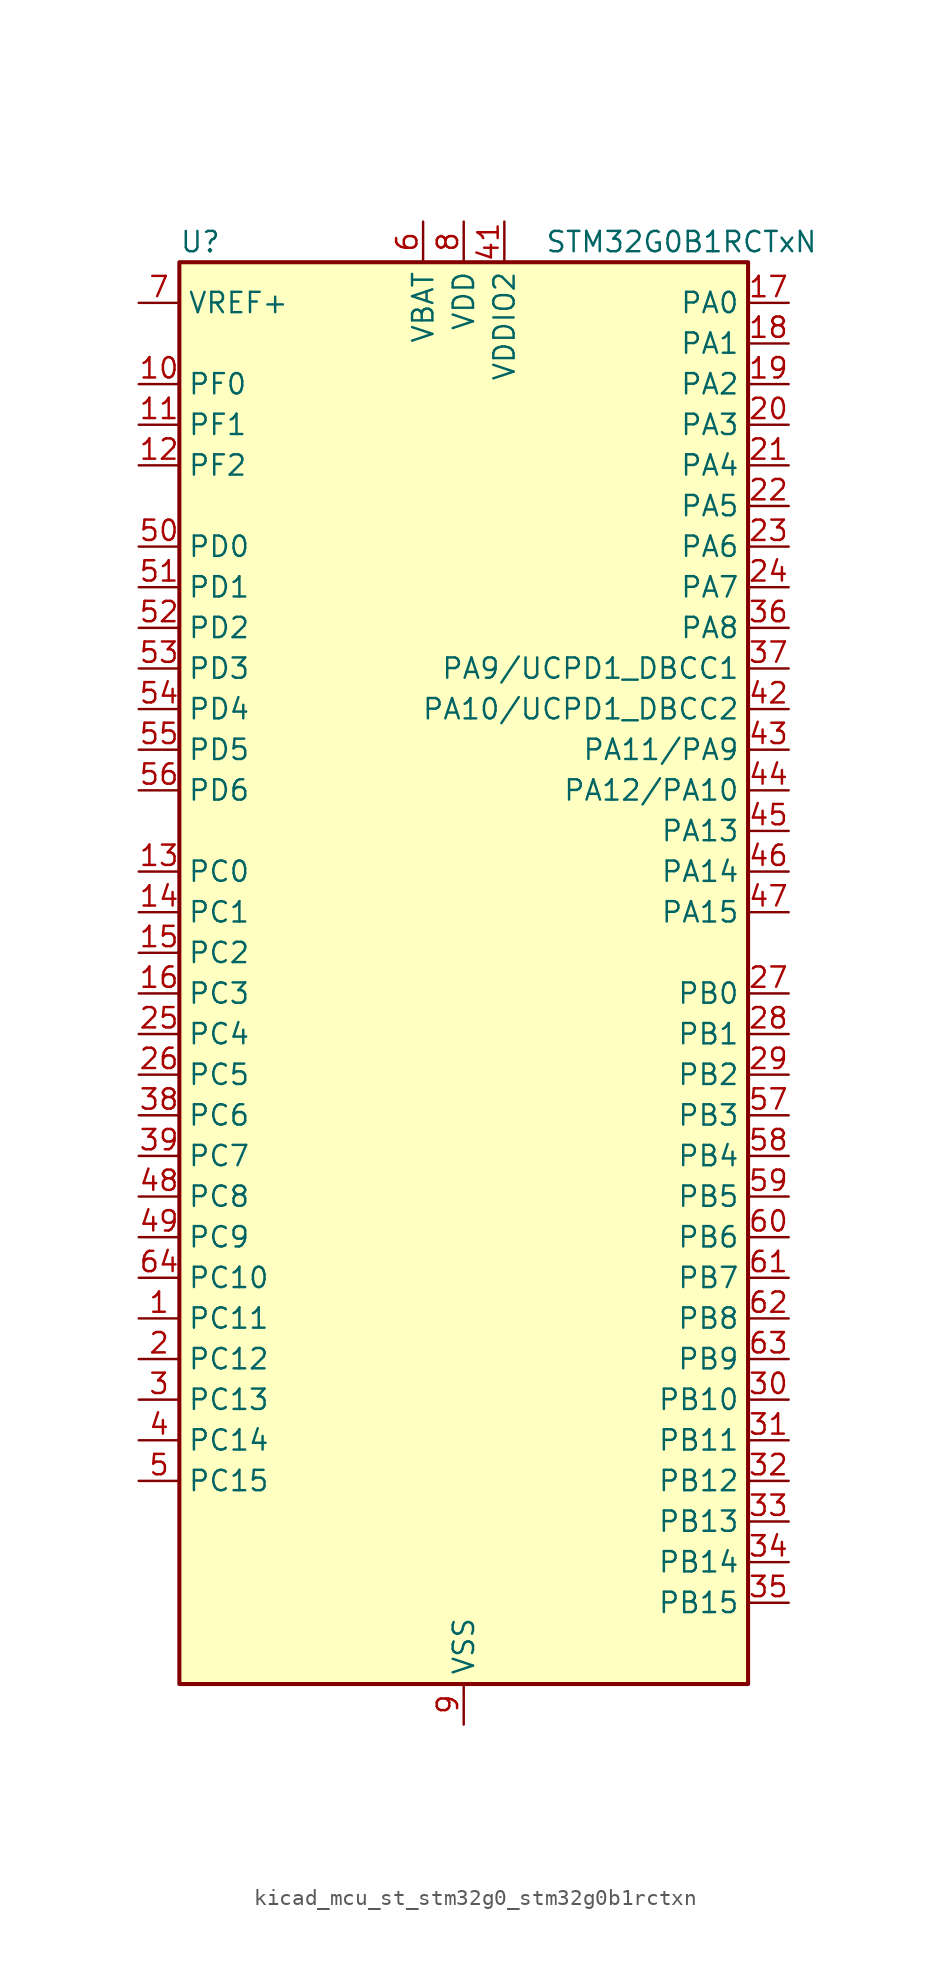
<source format=kicad_sym>
(kicad_symbol_lib
  (version 20220914)
  (generator kicad_symbol_editor)
  (symbol "kicad_mcu_st_stm32g0_stm32g0b1rctxn"
    (property "Reference" "U"
      (at -17.78 46.99 0)
      (effects (font (size 1.27 1.27)) (justify left)))
    (property "Value" "STM32G0B1RCTxN"
      (at 5.08 46.99 0)
      (effects (font (size 1.27 1.27)) (justify left)))
    (property "ki_locked" ""
      (at 0 0 0)
      (effects (font (size 1.27 1.27))))
    (symbol "kicad_mcu_st_stm32g0_stm32g0b1rctxn_0_1"
      (rectangle (start -17.78 -43.18) (end 17.78 45.72) (stroke (width 0.254) (type default)) (fill (type background))))
    (symbol "kicad_mcu_st_stm32g0_stm32g0b1rctxn_1_1"
      (pin bidirectional line (at -20.32 -20.32 0) (length 2.54) (name "PC11" (effects (font (size 1.27 1.27)))) (number "1" (effects (font (size 1.27 1.27)))) (alternate "ADC1_EXTI11" bidirectional line) (alternate "SPI3_MISO" bidirectional line) (alternate "TIM1_CH4" bidirectional line) (alternate "USART3_RX" bidirectional line) (alternate "USART4_RX" bidirectional line))
      (pin bidirectional line (at -20.32 38.1 0) (length 2.54) (name "PF0" (effects (font (size 1.27 1.27)))) (number "10" (effects (font (size 1.27 1.27)))) (alternate "CRS1_SYNC" bidirectional line) (alternate "RCC_OSC_IN" bidirectional line) (alternate "TIM14_CH1" bidirectional line))
      (pin bidirectional line (at -20.32 35.56 0) (length 2.54) (name "PF1" (effects (font (size 1.27 1.27)))) (number "11" (effects (font (size 1.27 1.27)))) (alternate "RCC_OSC_EN" bidirectional line) (alternate "RCC_OSC_OUT" bidirectional line) (alternate "TIM15_CH1N" bidirectional line))
      (pin bidirectional line (at -20.32 33.02 0) (length 2.54) (name "PF2" (effects (font (size 1.27 1.27)))) (number "12" (effects (font (size 1.27 1.27)))) (alternate "LPUART2_DE" bidirectional line) (alternate "LPUART2_RTS" bidirectional line) (alternate "LPUART2_TX" bidirectional line) (alternate "RCC_MCO" bidirectional line))
      (pin bidirectional line (at -20.32 7.62 0) (length 2.54) (name "PC0" (effects (font (size 1.27 1.27)))) (number "13" (effects (font (size 1.27 1.27)))) (alternate "COMP3_INM" bidirectional line) (alternate "COMP3_OUT" bidirectional line) (alternate "I2C3_SCL" bidirectional line) (alternate "LPTIM1_IN1" bidirectional line) (alternate "LPTIM2_IN1" bidirectional line) (alternate "LPUART1_RX" bidirectional line) (alternate "LPUART2_TX" bidirectional line) (alternate "USART6_TX" bidirectional line))
      (pin bidirectional line (at -20.32 5.08 0) (length 2.54) (name "PC1" (effects (font (size 1.27 1.27)))) (number "14" (effects (font (size 1.27 1.27)))) (alternate "COMP3_INP" bidirectional line) (alternate "I2C3_SDA" bidirectional line) (alternate "LPTIM1_OUT" bidirectional line) (alternate "LPUART1_TX" bidirectional line) (alternate "LPUART2_RX" bidirectional line) (alternate "TIM15_CH1" bidirectional line) (alternate "USART6_RX" bidirectional line))
      (pin bidirectional line (at -20.32 2.54 0) (length 2.54) (name "PC2" (effects (font (size 1.27 1.27)))) (number "15" (effects (font (size 1.27 1.27)))) (alternate "COMP3_OUT" bidirectional line) (alternate "FDCAN2_RX" bidirectional line) (alternate "I2S2_MCK" bidirectional line) (alternate "LPTIM1_IN2" bidirectional line) (alternate "SPI2_MISO" bidirectional line) (alternate "TIM15_CH2" bidirectional line))
      (pin bidirectional line (at -20.32 0 0) (length 2.54) (name "PC3" (effects (font (size 1.27 1.27)))) (number "16" (effects (font (size 1.27 1.27)))) (alternate "FDCAN2_TX" bidirectional line) (alternate "I2S2_SD" bidirectional line) (alternate "LPTIM1_ETR" bidirectional line) (alternate "LPTIM2_ETR" bidirectional line) (alternate "SPI2_MOSI" bidirectional line))
      (pin bidirectional line (at 20.32 43.18 180) (length 2.54) (name "PA0" (effects (font (size 1.27 1.27)))) (number "17" (effects (font (size 1.27 1.27)))) (alternate "ADC1_IN0" bidirectional line) (alternate "COMP1_INM" bidirectional line) (alternate "COMP1_OUT" bidirectional line) (alternate "I2S2_CK" bidirectional line) (alternate "LPTIM1_OUT" bidirectional line) (alternate "RTC_TAMP_IN2" bidirectional line) (alternate "SPI2_SCK" bidirectional line) (alternate "SYS_WKUP1" bidirectional line) (alternate "TIM2_CH1" bidirectional line) (alternate "TIM2_ETR" bidirectional line) (alternate "UCPD2_FRSTX1" bidirectional line) (alternate "UCPD2_FRSTX2" bidirectional line) (alternate "USART2_CTS" bidirectional line) (alternate "USART2_NSS" bidirectional line) (alternate "USART4_TX" bidirectional line))
      (pin bidirectional line (at 20.32 40.64 180) (length 2.54) (name "PA1" (effects (font (size 1.27 1.27)))) (number "18" (effects (font (size 1.27 1.27)))) (alternate "ADC1_IN1" bidirectional line) (alternate "COMP1_INP" bidirectional line) (alternate "I2C1_SMBA" bidirectional line) (alternate "I2S1_CK" bidirectional line) (alternate "SPI1_SCK" bidirectional line) (alternate "TIM15_CH1N" bidirectional line) (alternate "TIM2_CH2" bidirectional line) (alternate "USART2_CK" bidirectional line) (alternate "USART2_DE" bidirectional line) (alternate "USART2_RTS" bidirectional line) (alternate "USART4_RX" bidirectional line))
      (pin bidirectional line (at 20.32 38.1 180) (length 2.54) (name "PA2" (effects (font (size 1.27 1.27)))) (number "19" (effects (font (size 1.27 1.27)))) (alternate "ADC1_IN2" bidirectional line) (alternate "COMP2_INM" bidirectional line) (alternate "COMP2_OUT" bidirectional line) (alternate "I2S1_SD" bidirectional line) (alternate "LPUART1_TX" bidirectional line) (alternate "RCC_LSCO" bidirectional line) (alternate "SPI1_MOSI" bidirectional line) (alternate "SYS_WKUP4" bidirectional line) (alternate "TIM15_CH1" bidirectional line) (alternate "TIM2_CH3" bidirectional line) (alternate "UCPD1_FRSTX1" bidirectional line) (alternate "UCPD1_FRSTX2" bidirectional line) (alternate "USART2_TX" bidirectional line))
      (pin bidirectional line (at -20.32 -22.86 0) (length 2.54) (name "PC12" (effects (font (size 1.27 1.27)))) (number "2" (effects (font (size 1.27 1.27)))) (alternate "LPTIM1_IN1" bidirectional line) (alternate "SPI3_MOSI" bidirectional line) (alternate "TIM14_CH1" bidirectional line) (alternate "UCPD1_FRSTX1" bidirectional line) (alternate "UCPD1_FRSTX2" bidirectional line) (alternate "USART5_TX" bidirectional line))
      (pin bidirectional line (at 20.32 35.56 180) (length 2.54) (name "PA3" (effects (font (size 1.27 1.27)))) (number "20" (effects (font (size 1.27 1.27)))) (alternate "ADC1_IN3" bidirectional line) (alternate "COMP2_INP" bidirectional line) (alternate "I2S2_MCK" bidirectional line) (alternate "LPUART1_RX" bidirectional line) (alternate "SPI2_MISO" bidirectional line) (alternate "TIM15_CH2" bidirectional line) (alternate "TIM2_CH4" bidirectional line) (alternate "UCPD2_FRSTX1" bidirectional line) (alternate "UCPD2_FRSTX2" bidirectional line) (alternate "USART2_RX" bidirectional line))
      (pin bidirectional line (at 20.32 33.02 180) (length 2.54) (name "PA4" (effects (font (size 1.27 1.27)))) (number "21" (effects (font (size 1.27 1.27)))) (alternate "ADC1_IN4" bidirectional line) (alternate "DAC1_OUT1" bidirectional line) (alternate "I2S1_WS" bidirectional line) (alternate "I2S2_SD" bidirectional line) (alternate "LPTIM2_OUT" bidirectional line) (alternate "RTC_OUT2" bidirectional line) (alternate "SPI1_NSS" bidirectional line) (alternate "SPI2_MOSI" bidirectional line) (alternate "SPI3_NSS" bidirectional line) (alternate "TIM14_CH1" bidirectional line) (alternate "UCPD2_FRSTX1" bidirectional line) (alternate "UCPD2_FRSTX2" bidirectional line) (alternate "USART6_TX" bidirectional line) (alternate "USB_NOE" bidirectional line))
      (pin bidirectional line (at 20.32 30.48 180) (length 2.54) (name "PA5" (effects (font (size 1.27 1.27)))) (number "22" (effects (font (size 1.27 1.27)))) (alternate "ADC1_IN5" bidirectional line) (alternate "CEC" bidirectional line) (alternate "DAC1_OUT2" bidirectional line) (alternate "I2S1_CK" bidirectional line) (alternate "LPTIM2_ETR" bidirectional line) (alternate "SPI1_SCK" bidirectional line) (alternate "TIM2_CH1" bidirectional line) (alternate "TIM2_ETR" bidirectional line) (alternate "UCPD1_FRSTX1" bidirectional line) (alternate "UCPD1_FRSTX2" bidirectional line) (alternate "USART3_TX" bidirectional line) (alternate "USART6_RX" bidirectional line))
      (pin bidirectional line (at 20.32 27.94 180) (length 2.54) (name "PA6" (effects (font (size 1.27 1.27)))) (number "23" (effects (font (size 1.27 1.27)))) (alternate "ADC1_IN6" bidirectional line) (alternate "COMP1_OUT" bidirectional line) (alternate "I2C2_SDA" bidirectional line) (alternate "I2C3_SDA" bidirectional line) (alternate "I2S1_MCK" bidirectional line) (alternate "LPUART1_CTS" bidirectional line) (alternate "SPI1_MISO" bidirectional line) (alternate "TIM16_CH1" bidirectional line) (alternate "TIM1_BK" bidirectional line) (alternate "TIM3_CH1" bidirectional line) (alternate "USART3_CTS" bidirectional line) (alternate "USART3_NSS" bidirectional line) (alternate "USART6_CTS" bidirectional line) (alternate "USART6_NSS" bidirectional line))
      (pin bidirectional line (at 20.32 25.4 180) (length 2.54) (name "PA7" (effects (font (size 1.27 1.27)))) (number "24" (effects (font (size 1.27 1.27)))) (alternate "ADC1_IN7" bidirectional line) (alternate "COMP2_OUT" bidirectional line) (alternate "I2C2_SCL" bidirectional line) (alternate "I2C3_SCL" bidirectional line) (alternate "I2S1_SD" bidirectional line) (alternate "SPI1_MOSI" bidirectional line) (alternate "TIM14_CH1" bidirectional line) (alternate "TIM17_CH1" bidirectional line) (alternate "TIM1_CH1N" bidirectional line) (alternate "TIM3_CH2" bidirectional line) (alternate "UCPD1_FRSTX1" bidirectional line) (alternate "UCPD1_FRSTX2" bidirectional line) (alternate "USART6_CK" bidirectional line) (alternate "USART6_DE" bidirectional line) (alternate "USART6_RTS" bidirectional line))
      (pin bidirectional line (at -20.32 -2.54 0) (length 2.54) (name "PC4" (effects (font (size 1.27 1.27)))) (number "25" (effects (font (size 1.27 1.27)))) (alternate "ADC1_IN17" bidirectional line) (alternate "COMP1_INM" bidirectional line) (alternate "FDCAN1_RX" bidirectional line) (alternate "TIM2_CH1" bidirectional line) (alternate "TIM2_ETR" bidirectional line) (alternate "USART1_TX" bidirectional line) (alternate "USART3_TX" bidirectional line))
      (pin bidirectional line (at -20.32 -5.08 0) (length 2.54) (name "PC5" (effects (font (size 1.27 1.27)))) (number "26" (effects (font (size 1.27 1.27)))) (alternate "ADC1_IN18" bidirectional line) (alternate "COMP1_INP" bidirectional line) (alternate "FDCAN1_TX" bidirectional line) (alternate "SYS_WKUP5" bidirectional line) (alternate "TIM2_CH2" bidirectional line) (alternate "USART1_RX" bidirectional line) (alternate "USART3_RX" bidirectional line))
      (pin bidirectional line (at 20.32 0 180) (length 2.54) (name "PB0" (effects (font (size 1.27 1.27)))) (number "27" (effects (font (size 1.27 1.27)))) (alternate "ADC1_IN8" bidirectional line) (alternate "COMP1_OUT" bidirectional line) (alternate "COMP3_INP" bidirectional line) (alternate "FDCAN2_RX" bidirectional line) (alternate "I2S1_WS" bidirectional line) (alternate "LPTIM1_OUT" bidirectional line) (alternate "LPUART2_CTS" bidirectional line) (alternate "SPI1_NSS" bidirectional line) (alternate "TIM1_CH2N" bidirectional line) (alternate "TIM3_CH3" bidirectional line) (alternate "UCPD1_FRSTX1" bidirectional line) (alternate "UCPD1_FRSTX2" bidirectional line) (alternate "USART3_RX" bidirectional line) (alternate "USART5_TX" bidirectional line))
      (pin bidirectional line (at 20.32 -2.54 180) (length 2.54) (name "PB1" (effects (font (size 1.27 1.27)))) (number "28" (effects (font (size 1.27 1.27)))) (alternate "ADC1_IN9" bidirectional line) (alternate "COMP1_INM" bidirectional line) (alternate "COMP3_OUT" bidirectional line) (alternate "FDCAN2_TX" bidirectional line) (alternate "LPTIM2_IN1" bidirectional line) (alternate "LPUART1_DE" bidirectional line) (alternate "LPUART1_RTS" bidirectional line) (alternate "LPUART2_DE" bidirectional line) (alternate "LPUART2_RTS" bidirectional line) (alternate "TIM14_CH1" bidirectional line) (alternate "TIM1_CH3N" bidirectional line) (alternate "TIM3_CH4" bidirectional line) (alternate "USART3_CK" bidirectional line) (alternate "USART3_DE" bidirectional line) (alternate "USART3_RTS" bidirectional line) (alternate "USART5_RX" bidirectional line))
      (pin bidirectional line (at 20.32 -5.08 180) (length 2.54) (name "PB2" (effects (font (size 1.27 1.27)))) (number "29" (effects (font (size 1.27 1.27)))) (alternate "ADC1_IN10" bidirectional line) (alternate "COMP1_INP" bidirectional line) (alternate "COMP3_INM" bidirectional line) (alternate "I2S2_MCK" bidirectional line) (alternate "LPTIM1_OUT" bidirectional line) (alternate "RCC_MCO_2" bidirectional line) (alternate "SPI2_MISO" bidirectional line) (alternate "USART3_TX" bidirectional line))
      (pin bidirectional line (at -20.32 -25.4 0) (length 2.54) (name "PC13" (effects (font (size 1.27 1.27)))) (number "3" (effects (font (size 1.27 1.27)))) (alternate "RTC_OUT1" bidirectional line) (alternate "RTC_TAMP_IN1" bidirectional line) (alternate "RTC_TS" bidirectional line) (alternate "SYS_WKUP2" bidirectional line) (alternate "TIM1_BK" bidirectional line))
      (pin bidirectional line (at 20.32 -25.4 180) (length 2.54) (name "PB10" (effects (font (size 1.27 1.27)))) (number "30" (effects (font (size 1.27 1.27)))) (alternate "ADC1_IN11" bidirectional line) (alternate "CEC" bidirectional line) (alternate "COMP1_OUT" bidirectional line) (alternate "I2C2_SCL" bidirectional line) (alternate "I2S2_CK" bidirectional line) (alternate "LPUART1_RX" bidirectional line) (alternate "SPI2_SCK" bidirectional line) (alternate "TIM2_CH3" bidirectional line) (alternate "USART3_TX" bidirectional line))
      (pin bidirectional line (at 20.32 -27.94 180) (length 2.54) (name "PB11" (effects (font (size 1.27 1.27)))) (number "31" (effects (font (size 1.27 1.27)))) (alternate "ADC1_EXTI11" bidirectional line) (alternate "ADC1_IN15" bidirectional line) (alternate "COMP2_OUT" bidirectional line) (alternate "I2C2_SDA" bidirectional line) (alternate "I2S2_SD" bidirectional line) (alternate "LPUART1_TX" bidirectional line) (alternate "SPI2_MOSI" bidirectional line) (alternate "TIM2_CH4" bidirectional line) (alternate "USART3_RX" bidirectional line))
      (pin bidirectional line (at 20.32 -30.48 180) (length 2.54) (name "PB12" (effects (font (size 1.27 1.27)))) (number "32" (effects (font (size 1.27 1.27)))) (alternate "ADC1_IN16" bidirectional line) (alternate "FDCAN2_RX" bidirectional line) (alternate "I2C2_SMBA" bidirectional line) (alternate "I2S2_WS" bidirectional line) (alternate "LPUART1_DE" bidirectional line) (alternate "LPUART1_RTS" bidirectional line) (alternate "SPI2_NSS" bidirectional line) (alternate "TIM15_BK" bidirectional line) (alternate "TIM1_BK" bidirectional line) (alternate "UCPD2_FRSTX1" bidirectional line) (alternate "UCPD2_FRSTX2" bidirectional line))
      (pin bidirectional line (at 20.32 -33.02 180) (length 2.54) (name "PB13" (effects (font (size 1.27 1.27)))) (number "33" (effects (font (size 1.27 1.27)))) (alternate "FDCAN2_TX" bidirectional line) (alternate "I2C2_SCL" bidirectional line) (alternate "I2S2_CK" bidirectional line) (alternate "LPUART1_CTS" bidirectional line) (alternate "SPI2_SCK" bidirectional line) (alternate "TIM15_CH1N" bidirectional line) (alternate "TIM1_CH1N" bidirectional line) (alternate "USART3_CTS" bidirectional line) (alternate "USART3_NSS" bidirectional line))
      (pin bidirectional line (at 20.32 -35.56 180) (length 2.54) (name "PB14" (effects (font (size 1.27 1.27)))) (number "34" (effects (font (size 1.27 1.27)))) (alternate "I2C2_SDA" bidirectional line) (alternate "I2S2_MCK" bidirectional line) (alternate "SPI2_MISO" bidirectional line) (alternate "TIM15_CH1" bidirectional line) (alternate "TIM1_CH2N" bidirectional line) (alternate "UCPD1_FRSTX1" bidirectional line) (alternate "UCPD1_FRSTX2" bidirectional line) (alternate "USART3_CK" bidirectional line) (alternate "USART3_DE" bidirectional line) (alternate "USART3_RTS" bidirectional line) (alternate "USART6_CK" bidirectional line) (alternate "USART6_DE" bidirectional line) (alternate "USART6_RTS" bidirectional line))
      (pin bidirectional line (at 20.32 -38.1 180) (length 2.54) (name "PB15" (effects (font (size 1.27 1.27)))) (number "35" (effects (font (size 1.27 1.27)))) (alternate "I2S2_SD" bidirectional line) (alternate "RTC_REFIN" bidirectional line) (alternate "SPI2_MOSI" bidirectional line) (alternate "TIM15_CH1N" bidirectional line) (alternate "TIM15_CH2" bidirectional line) (alternate "TIM1_CH3N" bidirectional line) (alternate "UCPD1_CC2" bidirectional line) (alternate "USART6_CTS" bidirectional line) (alternate "USART6_NSS" bidirectional line))
      (pin bidirectional line (at 20.32 22.86 180) (length 2.54) (name "PA8" (effects (font (size 1.27 1.27)))) (number "36" (effects (font (size 1.27 1.27)))) (alternate "CRS1_SYNC" bidirectional line) (alternate "I2C2_SMBA" bidirectional line) (alternate "I2S2_WS" bidirectional line) (alternate "LPTIM2_OUT" bidirectional line) (alternate "RCC_MCO" bidirectional line) (alternate "SPI2_NSS" bidirectional line) (alternate "TIM1_CH1" bidirectional line) (alternate "UCPD1_CC1" bidirectional line))
      (pin bidirectional line (at 20.32 20.32 180) (length 2.54) (name "PA9/UCPD1_DBCC1" (effects (font (size 1.27 1.27)))) (number "37" (effects (font (size 1.27 1.27)))) (alternate "DAC1_EXTI9" bidirectional line) (alternate "I2C1_SCL" bidirectional line) (alternate "I2C2_SCL" bidirectional line) (alternate "I2S2_MCK" bidirectional line) (alternate "RCC_MCO" bidirectional line) (alternate "SPI2_MISO" bidirectional line) (alternate "TIM15_BK" bidirectional line) (alternate "TIM1_CH2" bidirectional line) (alternate "UCPD1_DBCC1" bidirectional line) (alternate "USART1_TX" bidirectional line))
      (pin bidirectional line (at -20.32 -7.62 0) (length 2.54) (name "PC6" (effects (font (size 1.27 1.27)))) (number "38" (effects (font (size 1.27 1.27)))) (alternate "LPUART2_TX" bidirectional line) (alternate "TIM2_CH3" bidirectional line) (alternate "TIM3_CH1" bidirectional line) (alternate "UCPD1_FRSTX1" bidirectional line) (alternate "UCPD1_FRSTX2" bidirectional line))
      (pin bidirectional line (at -20.32 -10.16 0) (length 2.54) (name "PC7" (effects (font (size 1.27 1.27)))) (number "39" (effects (font (size 1.27 1.27)))) (alternate "LPUART2_RX" bidirectional line) (alternate "TIM2_CH4" bidirectional line) (alternate "TIM3_CH2" bidirectional line) (alternate "UCPD2_FRSTX1" bidirectional line) (alternate "UCPD2_FRSTX2" bidirectional line))
      (pin bidirectional line (at -20.32 -27.94 0) (length 2.54) (name "PC14" (effects (font (size 1.27 1.27)))) (number "4" (effects (font (size 1.27 1.27)))) (alternate "RCC_OSC32_IN" bidirectional line) (alternate "TIM1_BK2" bidirectional line))
      (pin passive line (at 0 -45.72 90) (length 2.54) hide (name "VSS" (effects (font (size 1.27 1.27)))) (number "40" (effects (font (size 1.27 1.27)))))
      (pin power_in line (at 2.54 48.26 270) (length 2.54) (name "VDDIO2" (effects (font (size 1.27 1.27)))) (number "41" (effects (font (size 1.27 1.27)))))
      (pin bidirectional line (at 20.32 17.78 180) (length 2.54) (name "PA10/UCPD1_DBCC2" (effects (font (size 1.27 1.27)))) (number "42" (effects (font (size 1.27 1.27)))) (alternate "I2C1_SDA" bidirectional line) (alternate "I2C2_SDA" bidirectional line) (alternate "I2S2_SD" bidirectional line) (alternate "RCC_MCO_2" bidirectional line) (alternate "SPI2_MOSI" bidirectional line) (alternate "TIM17_BK" bidirectional line) (alternate "TIM1_CH3" bidirectional line) (alternate "UCPD1_DBCC2" bidirectional line) (alternate "USART1_RX" bidirectional line))
      (pin bidirectional line (at 20.32 15.24 180) (length 2.54) (name "PA11/PA9" (effects (font (size 1.27 1.27)))) (number "43" (effects (font (size 1.27 1.27)))) (alternate "ADC1_EXTI11" bidirectional line) (alternate "COMP1_OUT" bidirectional line) (alternate "FDCAN1_RX" bidirectional line) (alternate "I2C2_SCL" bidirectional line) (alternate "I2S1_MCK" bidirectional line) (alternate "SPI1_MISO" bidirectional line) (alternate "TIM1_BK2" bidirectional line) (alternate "TIM1_CH4" bidirectional line) (alternate "USART1_CTS" bidirectional line) (alternate "USART1_NSS" bidirectional line) (alternate "USB_DM" bidirectional line))
      (pin bidirectional line (at 20.32 12.7 180) (length 2.54) (name "PA12/PA10" (effects (font (size 1.27 1.27)))) (number "44" (effects (font (size 1.27 1.27)))) (alternate "COMP2_OUT" bidirectional line) (alternate "FDCAN1_TX" bidirectional line) (alternate "I2C2_SDA" bidirectional line) (alternate "I2S1_SD" bidirectional line) (alternate "I2S_CKIN" bidirectional line) (alternate "SPI1_MOSI" bidirectional line) (alternate "TIM1_ETR" bidirectional line) (alternate "USART1_CK" bidirectional line) (alternate "USART1_DE" bidirectional line) (alternate "USART1_RTS" bidirectional line) (alternate "USB_DP" bidirectional line))
      (pin bidirectional line (at 20.32 10.16 180) (length 2.54) (name "PA13" (effects (font (size 1.27 1.27)))) (number "45" (effects (font (size 1.27 1.27)))) (alternate "IR_OUT" bidirectional line) (alternate "LPUART2_RX" bidirectional line) (alternate "SYS_SWDIO" bidirectional line) (alternate "USB_NOE" bidirectional line))
      (pin bidirectional line (at 20.32 7.62 180) (length 2.54) (name "PA14" (effects (font (size 1.27 1.27)))) (number "46" (effects (font (size 1.27 1.27)))) (alternate "LPUART2_TX" bidirectional line) (alternate "SYS_SWCLK" bidirectional line) (alternate "USART2_TX" bidirectional line))
      (pin bidirectional line (at 20.32 5.08 180) (length 2.54) (name "PA15" (effects (font (size 1.27 1.27)))) (number "47" (effects (font (size 1.27 1.27)))) (alternate "I2C2_SMBA" bidirectional line) (alternate "I2S1_WS" bidirectional line) (alternate "RCC_MCO_2" bidirectional line) (alternate "SPI1_NSS" bidirectional line) (alternate "SPI3_NSS" bidirectional line) (alternate "TIM2_CH1" bidirectional line) (alternate "TIM2_ETR" bidirectional line) (alternate "USART2_RX" bidirectional line) (alternate "USART3_CK" bidirectional line) (alternate "USART3_DE" bidirectional line) (alternate "USART3_RTS" bidirectional line) (alternate "USART4_CK" bidirectional line) (alternate "USART4_DE" bidirectional line) (alternate "USART4_RTS" bidirectional line) (alternate "USB_NOE" bidirectional line))
      (pin bidirectional line (at -20.32 -12.7 0) (length 2.54) (name "PC8" (effects (font (size 1.27 1.27)))) (number "48" (effects (font (size 1.27 1.27)))) (alternate "LPUART2_CTS" bidirectional line) (alternate "TIM1_CH1" bidirectional line) (alternate "TIM3_CH3" bidirectional line) (alternate "UCPD2_FRSTX1" bidirectional line) (alternate "UCPD2_FRSTX2" bidirectional line))
      (pin bidirectional line (at -20.32 -15.24 0) (length 2.54) (name "PC9" (effects (font (size 1.27 1.27)))) (number "49" (effects (font (size 1.27 1.27)))) (alternate "DAC1_EXTI9" bidirectional line) (alternate "I2S_CKIN" bidirectional line) (alternate "LPUART2_DE" bidirectional line) (alternate "LPUART2_RTS" bidirectional line) (alternate "TIM1_CH2" bidirectional line) (alternate "TIM3_CH4" bidirectional line) (alternate "USB_NOE" bidirectional line))
      (pin bidirectional line (at -20.32 -30.48 0) (length 2.54) (name "PC15" (effects (font (size 1.27 1.27)))) (number "5" (effects (font (size 1.27 1.27)))) (alternate "RCC_OSC32_EN" bidirectional line) (alternate "RCC_OSC32_OUT" bidirectional line) (alternate "RCC_OSC_EN" bidirectional line) (alternate "TIM15_BK" bidirectional line))
      (pin bidirectional line (at -20.32 27.94 0) (length 2.54) (name "PD0" (effects (font (size 1.27 1.27)))) (number "50" (effects (font (size 1.27 1.27)))) (alternate "FDCAN1_RX" bidirectional line) (alternate "I2S2_WS" bidirectional line) (alternate "SPI2_NSS" bidirectional line) (alternate "TIM16_CH1" bidirectional line) (alternate "UCPD2_CC1" bidirectional line))
      (pin bidirectional line (at -20.32 25.4 0) (length 2.54) (name "PD1" (effects (font (size 1.27 1.27)))) (number "51" (effects (font (size 1.27 1.27)))) (alternate "FDCAN1_TX" bidirectional line) (alternate "I2S2_CK" bidirectional line) (alternate "SPI2_SCK" bidirectional line) (alternate "TIM17_CH1" bidirectional line) (alternate "UCPD2_DBCC1" bidirectional line))
      (pin bidirectional line (at -20.32 22.86 0) (length 2.54) (name "PD2" (effects (font (size 1.27 1.27)))) (number "52" (effects (font (size 1.27 1.27)))) (alternate "TIM1_CH1N" bidirectional line) (alternate "TIM3_ETR" bidirectional line) (alternate "UCPD2_CC2" bidirectional line) (alternate "USART3_CK" bidirectional line) (alternate "USART3_DE" bidirectional line) (alternate "USART3_RTS" bidirectional line) (alternate "USART5_RX" bidirectional line))
      (pin bidirectional line (at -20.32 20.32 0) (length 2.54) (name "PD3" (effects (font (size 1.27 1.27)))) (number "53" (effects (font (size 1.27 1.27)))) (alternate "I2S2_MCK" bidirectional line) (alternate "SPI2_MISO" bidirectional line) (alternate "TIM1_CH2N" bidirectional line) (alternate "UCPD2_DBCC2" bidirectional line) (alternate "USART2_CTS" bidirectional line) (alternate "USART2_NSS" bidirectional line) (alternate "USART5_TX" bidirectional line))
      (pin bidirectional line (at -20.32 17.78 0) (length 2.54) (name "PD4" (effects (font (size 1.27 1.27)))) (number "54" (effects (font (size 1.27 1.27)))) (alternate "I2S2_SD" bidirectional line) (alternate "SPI2_MOSI" bidirectional line) (alternate "TIM1_CH3N" bidirectional line) (alternate "USART2_CK" bidirectional line) (alternate "USART2_DE" bidirectional line) (alternate "USART2_RTS" bidirectional line) (alternate "USART5_CK" bidirectional line) (alternate "USART5_DE" bidirectional line) (alternate "USART5_RTS" bidirectional line))
      (pin bidirectional line (at -20.32 15.24 0) (length 2.54) (name "PD5" (effects (font (size 1.27 1.27)))) (number "55" (effects (font (size 1.27 1.27)))) (alternate "I2S1_MCK" bidirectional line) (alternate "SPI1_MISO" bidirectional line) (alternate "TIM1_BK" bidirectional line) (alternate "USART2_TX" bidirectional line) (alternate "USART5_CTS" bidirectional line) (alternate "USART5_NSS" bidirectional line))
      (pin bidirectional line (at -20.32 12.7 0) (length 2.54) (name "PD6" (effects (font (size 1.27 1.27)))) (number "56" (effects (font (size 1.27 1.27)))) (alternate "I2S1_SD" bidirectional line) (alternate "LPTIM2_OUT" bidirectional line) (alternate "SPI1_MOSI" bidirectional line) (alternate "USART2_RX" bidirectional line))
      (pin bidirectional line (at 20.32 -7.62 180) (length 2.54) (name "PB3" (effects (font (size 1.27 1.27)))) (number "57" (effects (font (size 1.27 1.27)))) (alternate "COMP2_INM" bidirectional line) (alternate "I2C2_SCL" bidirectional line) (alternate "I2C3_SCL" bidirectional line) (alternate "I2S1_CK" bidirectional line) (alternate "SPI1_SCK" bidirectional line) (alternate "SPI3_SCK" bidirectional line) (alternate "TIM1_CH2" bidirectional line) (alternate "TIM2_CH2" bidirectional line) (alternate "USART1_CK" bidirectional line) (alternate "USART1_DE" bidirectional line) (alternate "USART1_RTS" bidirectional line) (alternate "USART5_TX" bidirectional line))
      (pin bidirectional line (at 20.32 -10.16 180) (length 2.54) (name "PB4" (effects (font (size 1.27 1.27)))) (number "58" (effects (font (size 1.27 1.27)))) (alternate "COMP2_INP" bidirectional line) (alternate "I2C2_SDA" bidirectional line) (alternate "I2C3_SDA" bidirectional line) (alternate "I2S1_MCK" bidirectional line) (alternate "SPI1_MISO" bidirectional line) (alternate "SPI3_MISO" bidirectional line) (alternate "TIM17_BK" bidirectional line) (alternate "TIM3_CH1" bidirectional line) (alternate "USART1_CTS" bidirectional line) (alternate "USART1_NSS" bidirectional line) (alternate "USART5_RX" bidirectional line))
      (pin bidirectional line (at 20.32 -12.7 180) (length 2.54) (name "PB5" (effects (font (size 1.27 1.27)))) (number "59" (effects (font (size 1.27 1.27)))) (alternate "COMP2_OUT" bidirectional line) (alternate "FDCAN2_RX" bidirectional line) (alternate "I2C1_SMBA" bidirectional line) (alternate "I2S1_SD" bidirectional line) (alternate "LPTIM1_IN1" bidirectional line) (alternate "SPI1_MOSI" bidirectional line) (alternate "SPI3_MOSI" bidirectional line) (alternate "SYS_WKUP6" bidirectional line) (alternate "TIM16_BK" bidirectional line) (alternate "TIM3_CH2" bidirectional line) (alternate "USART5_CK" bidirectional line) (alternate "USART5_DE" bidirectional line) (alternate "USART5_RTS" bidirectional line))
      (pin power_in line (at -2.54 48.26 270) (length 2.54) (name "VBAT" (effects (font (size 1.27 1.27)))) (number "6" (effects (font (size 1.27 1.27)))))
      (pin bidirectional line (at 20.32 -15.24 180) (length 2.54) (name "PB6" (effects (font (size 1.27 1.27)))) (number "60" (effects (font (size 1.27 1.27)))) (alternate "COMP2_INP" bidirectional line) (alternate "FDCAN2_TX" bidirectional line) (alternate "I2C1_SCL" bidirectional line) (alternate "I2S2_MCK" bidirectional line) (alternate "LPTIM1_ETR" bidirectional line) (alternate "LPUART2_TX" bidirectional line) (alternate "SPI2_MISO" bidirectional line) (alternate "TIM16_CH1N" bidirectional line) (alternate "TIM1_CH3" bidirectional line) (alternate "TIM4_CH1" bidirectional line) (alternate "USART1_TX" bidirectional line) (alternate "USART5_CTS" bidirectional line) (alternate "USART5_NSS" bidirectional line))
      (pin bidirectional line (at 20.32 -17.78 180) (length 2.54) (name "PB7" (effects (font (size 1.27 1.27)))) (number "61" (effects (font (size 1.27 1.27)))) (alternate "COMP2_INM" bidirectional line) (alternate "I2C1_SDA" bidirectional line) (alternate "I2S2_SD" bidirectional line) (alternate "LPTIM1_IN2" bidirectional line) (alternate "LPUART2_RX" bidirectional line) (alternate "SPI2_MOSI" bidirectional line) (alternate "SYS_PVD_IN" bidirectional line) (alternate "TIM17_CH1N" bidirectional line) (alternate "TIM4_CH2" bidirectional line) (alternate "USART1_RX" bidirectional line) (alternate "USART4_CTS" bidirectional line) (alternate "USART4_NSS" bidirectional line))
      (pin bidirectional line (at 20.32 -20.32 180) (length 2.54) (name "PB8" (effects (font (size 1.27 1.27)))) (number "62" (effects (font (size 1.27 1.27)))) (alternate "CEC" bidirectional line) (alternate "FDCAN1_RX" bidirectional line) (alternate "I2C1_SCL" bidirectional line) (alternate "I2S2_CK" bidirectional line) (alternate "SPI2_SCK" bidirectional line) (alternate "TIM15_BK" bidirectional line) (alternate "TIM16_CH1" bidirectional line) (alternate "TIM4_CH3" bidirectional line) (alternate "USART3_TX" bidirectional line) (alternate "USART6_TX" bidirectional line))
      (pin bidirectional line (at 20.32 -22.86 180) (length 2.54) (name "PB9" (effects (font (size 1.27 1.27)))) (number "63" (effects (font (size 1.27 1.27)))) (alternate "DAC1_EXTI9" bidirectional line) (alternate "FDCAN1_TX" bidirectional line) (alternate "I2C1_SDA" bidirectional line) (alternate "I2S2_WS" bidirectional line) (alternate "IR_OUT" bidirectional line) (alternate "SPI2_NSS" bidirectional line) (alternate "TIM17_CH1" bidirectional line) (alternate "TIM4_CH4" bidirectional line) (alternate "UCPD2_FRSTX1" bidirectional line) (alternate "UCPD2_FRSTX2" bidirectional line) (alternate "USART3_RX" bidirectional line) (alternate "USART6_RX" bidirectional line))
      (pin bidirectional line (at -20.32 -17.78 0) (length 2.54) (name "PC10" (effects (font (size 1.27 1.27)))) (number "64" (effects (font (size 1.27 1.27)))) (alternate "SPI3_SCK" bidirectional line) (alternate "TIM1_CH3" bidirectional line) (alternate "USART3_TX" bidirectional line) (alternate "USART4_TX" bidirectional line))
      (pin input line (at -20.32 43.18 0) (length 2.54) (name "VREF+" (effects (font (size 1.27 1.27)))) (number "7" (effects (font (size 1.27 1.27)))) (alternate "VREFBUF_OUT" bidirectional line))
      (pin power_in line (at 0 48.26 270) (length 2.54) (name "VDD" (effects (font (size 1.27 1.27)))) (number "8" (effects (font (size 1.27 1.27)))))
      (pin power_in line (at 0 -45.72 90) (length 2.54) (name "VSS" (effects (font (size 1.27 1.27)))) (number "9" (effects (font (size 1.27 1.27))))))))
</source>
